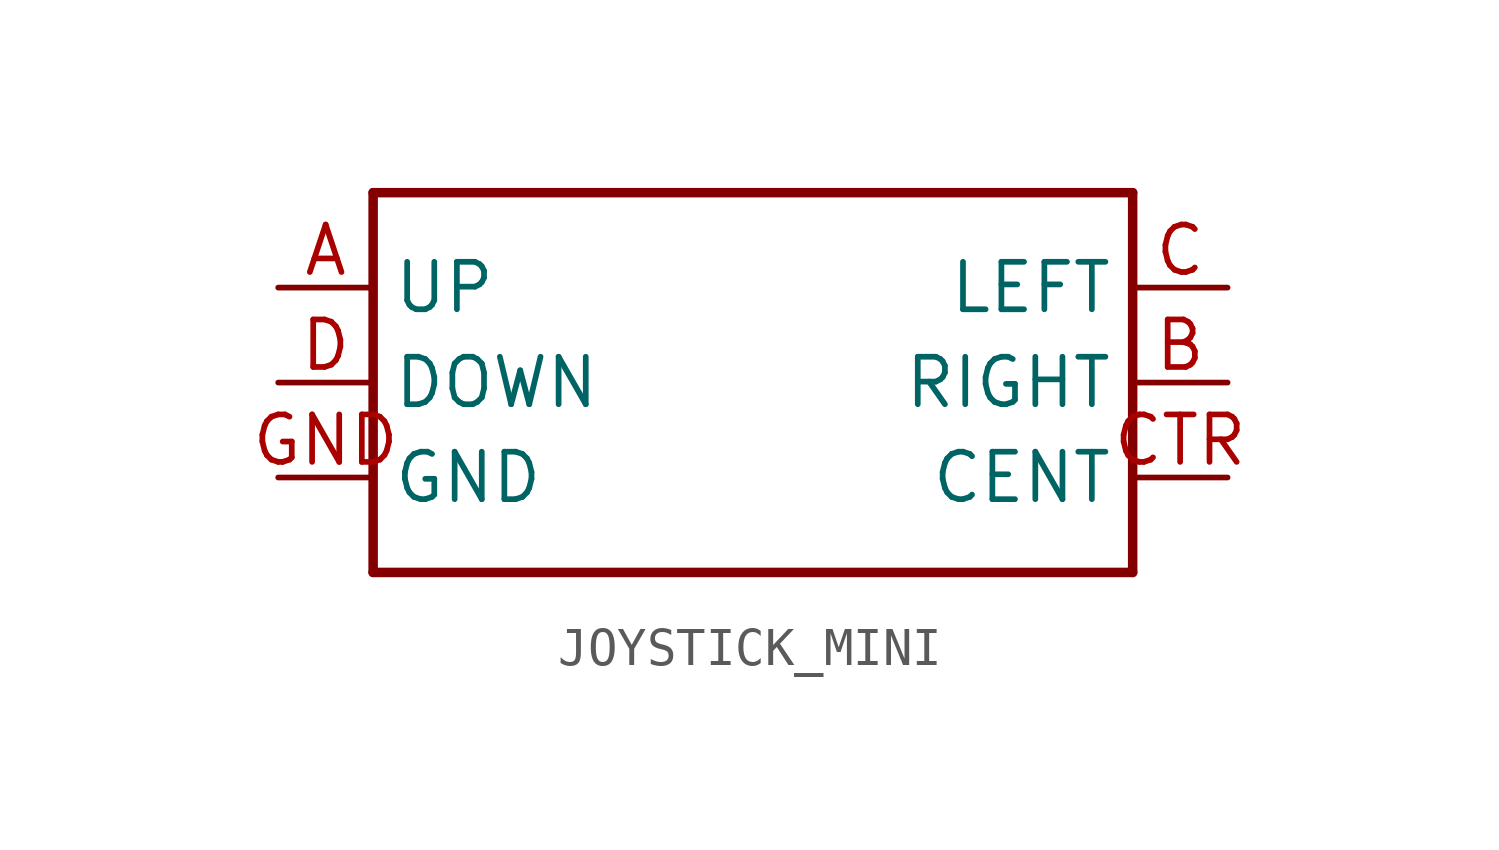
<source format=kicad_sym>
(kicad_symbol_lib
  (version 20231120)
  (generator "kicad_symbol_editor")
  (generator_version "8.0")
  (symbol "JOYSTICK_MINI"
    (property "Reference" "S"
      (at -10.16 5.334 0)
      (effects (font (size 1.778 1.778)) (justify left bottom) (hide yes)))
    (property "ki_locked" ""
      (at 0 0 0)
      (effects (font (size 1.27 1.27))))
    (symbol "JOYSTICK_MINI_1_0"
      (polyline (pts (xy -10.16 -5.08) (xy -10.16 5.08)) (stroke (width 0.254) (type solid)) (fill (type none)))
      (polyline (pts (xy -10.16 5.08) (xy 10.16 5.08)) (stroke (width 0.254) (type solid)) (fill (type none)))
      (polyline (pts (xy 10.16 -5.08) (xy -10.16 -5.08)) (stroke (width 0.254) (type solid)) (fill (type none)))
      (polyline (pts (xy 10.16 5.08) (xy 10.16 -5.08)) (stroke (width 0.254) (type solid)) (fill (type none)))
      (pin bidirectional line (at -12.7 2.54 0) (length 2.54) (name "UP" (effects (font (size 1.27 1.27)))) (number "A" (effects (font (size 1.27 1.27)))))
      (pin bidirectional line (at 12.7 0 180) (length 2.54) (name "RIGHT" (effects (font (size 1.27 1.27)))) (number "B" (effects (font (size 1.27 1.27)))))
      (pin bidirectional line (at 12.7 2.54 180) (length 2.54) (name "LEFT" (effects (font (size 1.27 1.27)))) (number "C" (effects (font (size 1.27 1.27)))))
      (pin bidirectional line (at 12.7 -2.54 180) (length 2.54) (name "CENT" (effects (font (size 1.27 1.27)))) (number "CTR" (effects (font (size 1.27 1.27)))))
      (pin bidirectional line (at -12.7 0 0) (length 2.54) (name "DOWN" (effects (font (size 1.27 1.27)))) (number "D" (effects (font (size 1.27 1.27)))))
      (pin passive line (at -12.7 -2.54 0) (length 2.54) (name "GND" (effects (font (size 1.27 1.27)))) (number "GND" (effects (font (size 1.27 1.27))))))))
</source>
